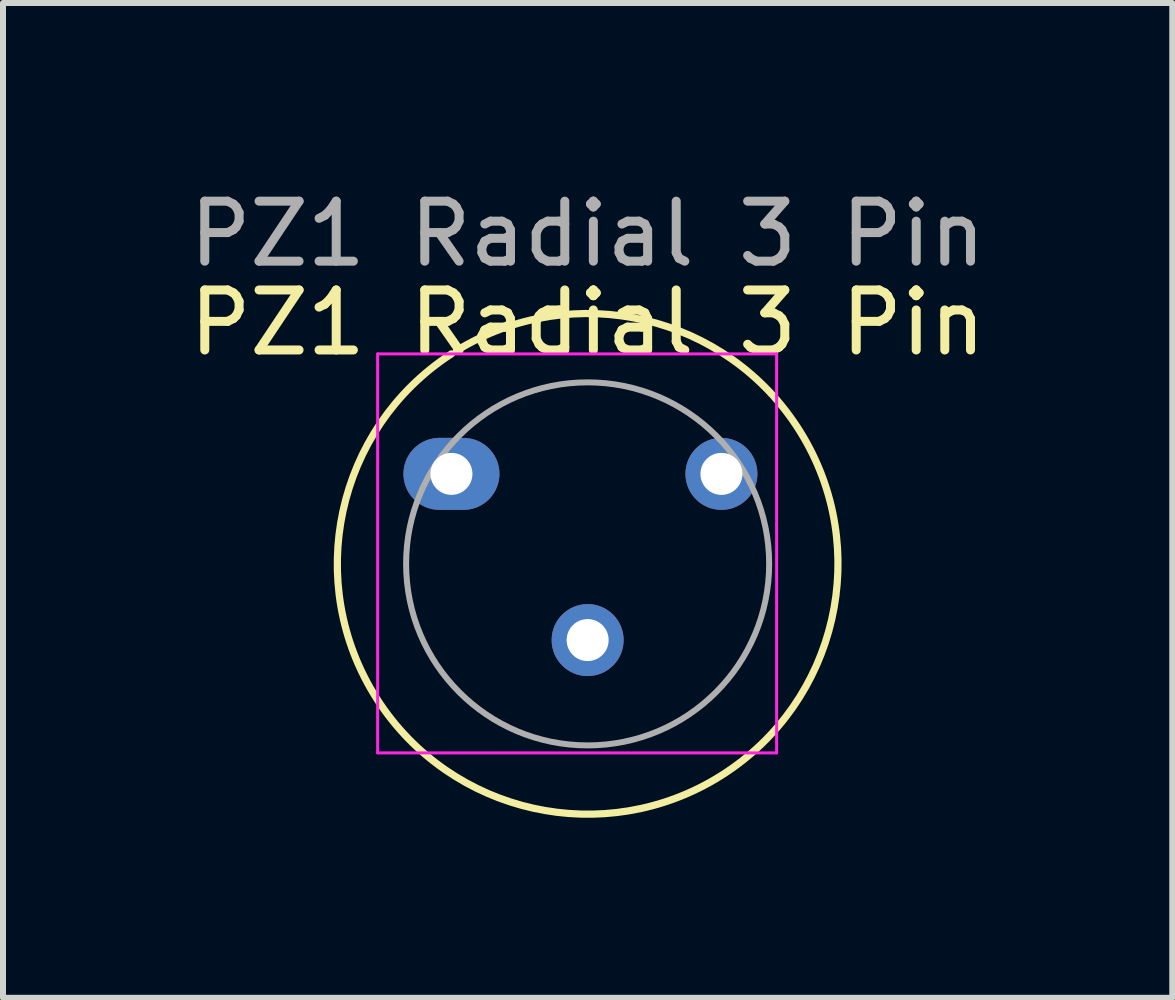
<source format=kicad_pcb>
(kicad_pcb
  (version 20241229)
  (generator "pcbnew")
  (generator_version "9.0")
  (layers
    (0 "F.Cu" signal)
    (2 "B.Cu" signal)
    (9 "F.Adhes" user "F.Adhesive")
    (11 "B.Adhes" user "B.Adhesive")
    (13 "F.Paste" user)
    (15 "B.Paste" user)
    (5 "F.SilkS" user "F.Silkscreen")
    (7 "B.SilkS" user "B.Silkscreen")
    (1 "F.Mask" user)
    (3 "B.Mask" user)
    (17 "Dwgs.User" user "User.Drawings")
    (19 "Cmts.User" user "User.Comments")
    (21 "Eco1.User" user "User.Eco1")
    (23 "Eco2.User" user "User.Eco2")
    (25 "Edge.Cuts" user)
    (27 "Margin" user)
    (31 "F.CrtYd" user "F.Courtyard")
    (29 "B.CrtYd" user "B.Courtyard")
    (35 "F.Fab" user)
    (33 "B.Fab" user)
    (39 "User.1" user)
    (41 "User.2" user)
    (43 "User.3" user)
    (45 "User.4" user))
  (footprint "PZ1 Radial 3 Pin"
    (layer "F.Cu")
    (at 5.474 6.348)
    (property "Reference" "PZ1 Radial 3 Pin" (at 1.27 -4.02 0) (layer "F.SilkS") (effects (font (size 1 1) (thickness 0.15))))
    (attr through_hole)
    (fp_arc (start -0.915754 -3.553221) (mid 3.498036 3.526862) (end -1 -3.5) (stroke (width 0.12) (type solid)) (layer "F.SilkS"))
    (fp_line (start -2.23 -3.5) (end -2.23 3.15) (stroke (width 0.05) (type solid)) (layer "F.CrtYd"))
    (fp_line (start -2.23 3.15) (end 4.42 3.15) (stroke (width 0.05) (type solid)) (layer "F.CrtYd"))
    (fp_line (start 4.42 -3.5) (end -2.23 -3.5) (stroke (width 0.05) (type solid)) (layer "F.CrtYd"))
    (fp_line (start 4.42 3.15) (end 4.42 -3.5) (stroke (width 0.05) (type solid)) (layer "F.CrtYd"))
    (fp_arc (start -1 -2) (mid 3.54 2) (end -1 -2) (stroke (width 0.1) (type solid)) (layer "F.Fab"))
    (fp_text user "${REFERENCE}" (at 1.27 -5.5 0) (layer "F.Fab") (effects (font (size 1 1) (thickness 0.15))))
    (pad "1" thru_hole oval (at -1 -1.5) (size 1.6 1.2) (drill 0.7) (layers "*.Cu" "*.Mask"))
    (pad "2" thru_hole circle (at 1.27 1.27) (size 1.2 1.2) (drill 0.7) (layers "*.Cu" "*.Mask"))
    (pad "3" thru_hole circle (at 3.5 -1.5) (size 1.2 1.2) (drill 0.7) (layers "*.Cu" "*.Mask")))
  (gr_rect
    (start -3 -3)
    (end 16.488 13.58)
    (stroke (width 0.1) (type default))
    (fill no)
    (layer "Edge.Cuts")))
</source>
